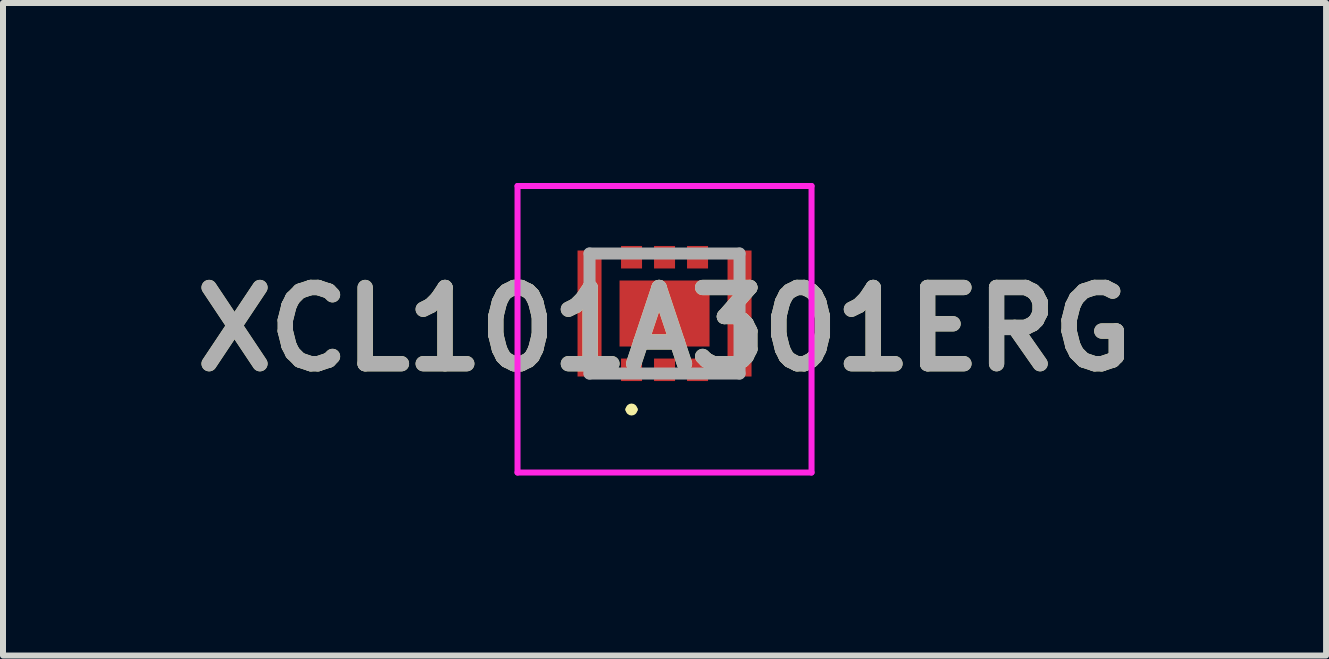
<source format=kicad_pcb>
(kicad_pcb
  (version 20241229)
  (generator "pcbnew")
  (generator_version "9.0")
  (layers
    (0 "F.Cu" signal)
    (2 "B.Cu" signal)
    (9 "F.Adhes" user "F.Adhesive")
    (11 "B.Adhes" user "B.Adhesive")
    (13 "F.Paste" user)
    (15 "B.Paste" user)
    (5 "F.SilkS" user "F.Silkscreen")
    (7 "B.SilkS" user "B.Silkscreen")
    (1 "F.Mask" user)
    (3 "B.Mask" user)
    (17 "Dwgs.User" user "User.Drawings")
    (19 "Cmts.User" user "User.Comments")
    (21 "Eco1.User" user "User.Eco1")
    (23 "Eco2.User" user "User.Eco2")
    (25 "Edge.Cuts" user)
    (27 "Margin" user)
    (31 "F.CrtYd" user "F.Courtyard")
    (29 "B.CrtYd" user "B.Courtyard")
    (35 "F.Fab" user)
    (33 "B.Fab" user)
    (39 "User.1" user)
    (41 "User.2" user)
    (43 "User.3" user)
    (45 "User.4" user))
  (footprint "XCL101A301ERG"
    (layer "F.Cu")
    (at 8.025 2.175)
    (property "Reference" "XCL101A301ERG" (at 0 0.262 0) (layer "F.SilkS") (effects (font (size 1.27 1.27) (thickness 0.254))))
    (attr smd)
    (fp_line (start -0.6 1.6) (end -0.6 1.6) (stroke (width 0.1) (type solid)) (layer "F.SilkS"))
    (fp_line (start -0.5 1.6) (end -0.5 1.6) (stroke (width 0.1) (type solid)) (layer "F.SilkS"))
    (fp_arc (start -0.6 1.6) (mid -0.55 1.55) (end -0.5 1.6) (stroke (width 0.1) (type solid)) (layer "F.SilkS"))
    (fp_arc (start -0.5 1.6) (mid -0.55 1.65) (end -0.6 1.6) (stroke (width 0.1) (type solid)) (layer "F.SilkS"))
    (fp_line (start -2.45 -2.125) (end 2.45 -2.125) (stroke (width 0.1) (type solid)) (layer "F.CrtYd"))
    (fp_line (start -2.45 2.65) (end -2.45 -2.125) (stroke (width 0.1) (type solid)) (layer "F.CrtYd"))
    (fp_line (start 2.45 -2.125) (end 2.45 2.65) (stroke (width 0.1) (type solid)) (layer "F.CrtYd"))
    (fp_line (start 2.45 2.65) (end -2.45 2.65) (stroke (width 0.1) (type solid)) (layer "F.CrtYd"))
    (fp_line (start -1.25 -1) (end 1.25 -1) (stroke (width 0.2) (type solid)) (layer "F.Fab"))
    (fp_line (start -1.25 1) (end -1.25 -1) (stroke (width 0.2) (type solid)) (layer "F.Fab"))
    (fp_line (start 1.25 -1) (end 1.25 1) (stroke (width 0.2) (type solid)) (layer "F.Fab"))
    (fp_line (start 1.25 1) (end -1.25 1) (stroke (width 0.2) (type solid)) (layer "F.Fab"))
    (fp_text user "${REFERENCE}" (at 0 0.262 0) (layer "F.Fab") (effects (font (size 1.27 1.27) (thickness 0.254))))
    (pad "1" smd rect (at -0.55 0.938) (size 0.35 0.375) (layers "F.Cu" "F.Mask" "F.Paste"))
    (pad "2" smd rect (at 0 0.938) (size 0.35 0.375) (layers "F.Cu" "F.Mask" "F.Paste"))
    (pad "3" smd rect (at 0.55 0.938) (size 0.35 0.375) (layers "F.Cu" "F.Mask" "F.Paste"))
    (pad "4" smd rect (at 0.55 -0.938) (size 0.35 0.375) (layers "F.Cu" "F.Mask" "F.Paste"))
    (pad "5" smd rect (at 0 -0.938) (size 0.35 0.375) (layers "F.Cu" "F.Mask" "F.Paste"))
    (pad "6" smd rect (at -0.55 -0.938) (size 0.35 0.375) (layers "F.Cu" "F.Mask" "F.Paste"))
    (pad "7" smd rect (at -1.25 0) (size 0.4 2.1) (layers "F.Cu" "F.Mask" "F.Paste"))
    (pad "8" smd rect (at 1.25 0) (size 0.4 2.1) (layers "F.Cu" "F.Mask" "F.Paste"))
    (pad "9" smd rect (at 0 0 90) (size 1.1 1.5) (layers "F.Cu" "F.Mask" "F.Paste")))
  (gr_rect
    (start -3 -3)
    (end 19.05 7.875)
    (stroke (width 0.1) (type default))
    (fill no)
    (layer "Edge.Cuts")))
</source>
